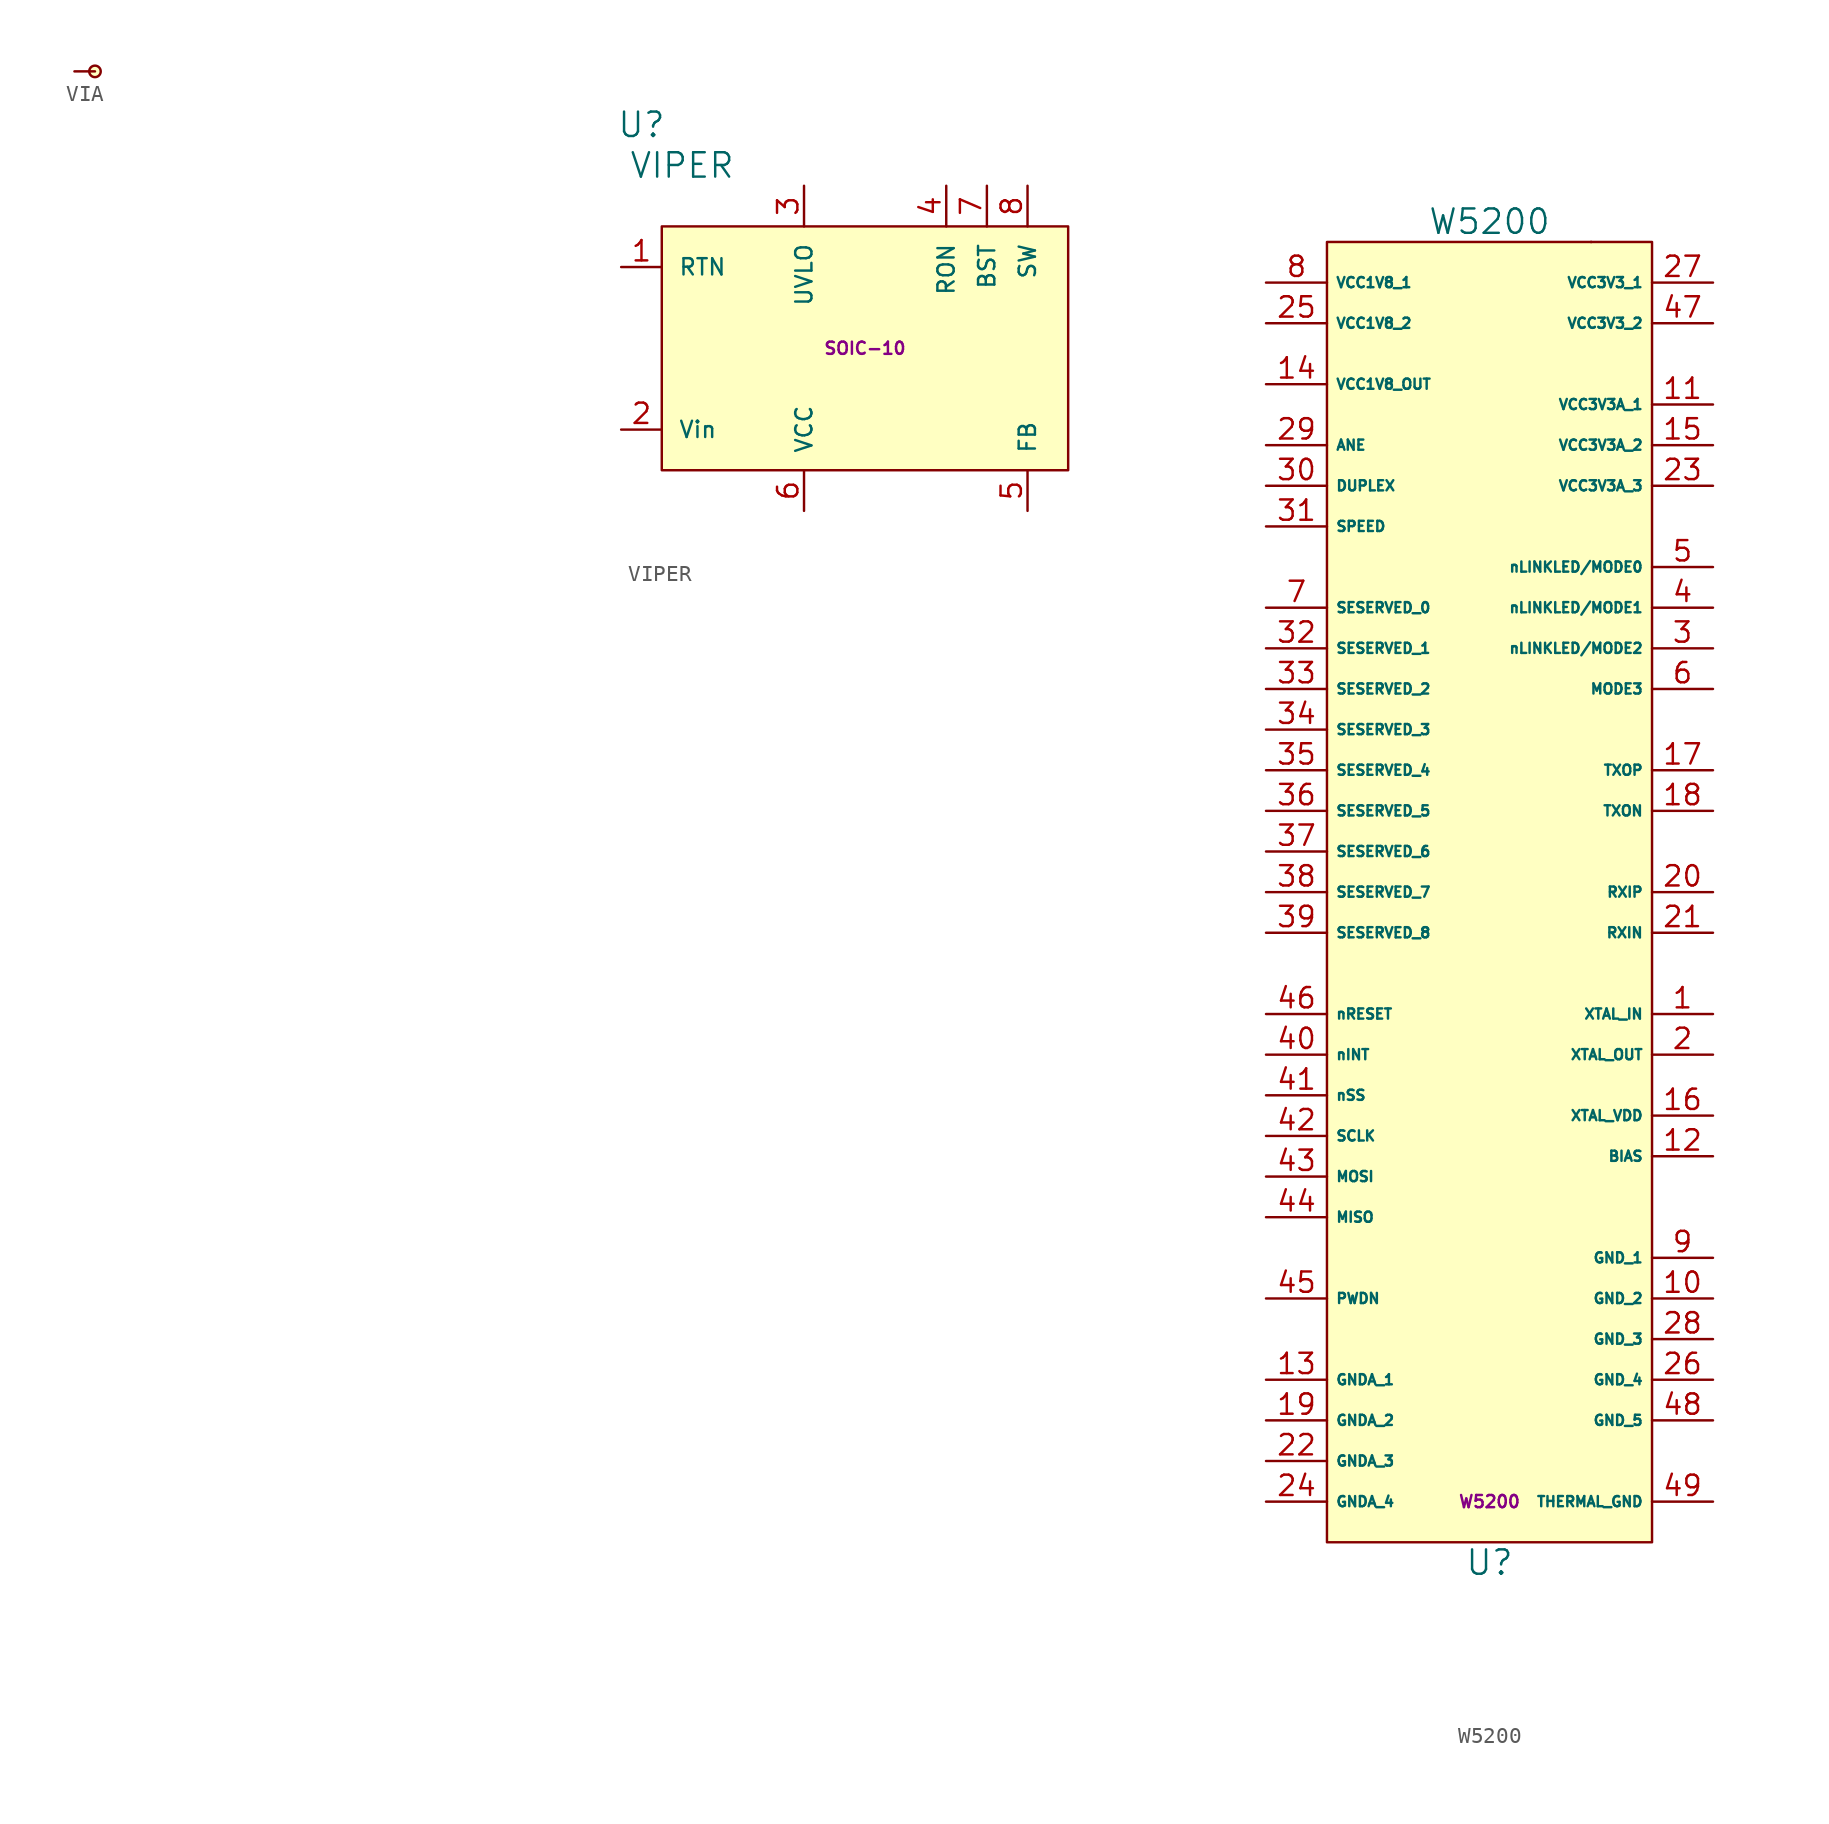
<source format=kicad_sym>
(kicad_symbol_lib
  (version 20220914)
  (generator kicad_symbol_editor)
  (symbol "VIA"
    (pin_numbers hide)
    (pin_names
      (offset 1.016))
    (property "Reference" "V"
      (at 0 2.54 0)
      (effects (font (size 1.524 1.524)) hide))
    (property "Datasheet" ""
      (at 0 0 0)
      (effects (font (size 1.524 1.524))))
    (symbol "VIA_0_1"
      (circle (center 1.27 0) (radius 0.356) (stroke (width 0) (type default)) (fill (type background))))
    (symbol "VIA_1_1"
      (pin passive line (at 0 0 0) (length 1.27) (name "~" (effects (font (size 0.762 0.762)))) (number "1" (effects (font (size 0.762 0.762)))))))
  (symbol "VIPER"
    (pin_names
      (offset 1.016))
    (property "Reference" "U"
      (at -13.97 13.97 0)
      (effects (font (size 1.524 1.524))))
    (property "Value" "VIPER"
      (at -11.43 11.43 0)
      (effects (font (size 1.524 1.524))))
    (property "Footprint" "SOIC-10"
      (at 0 0 0)
      (effects (font (size 0.762 0.762))))
    (property "Datasheet" ""
      (at -38.1 12.7 0)
      (effects (font (size 1.524 1.524))))
    (symbol "VIPER_0_1"
      (rectangle (start -12.7 7.62) (end 12.7 -7.62) (stroke (width 0) (type default)) (fill (type background))))
    (symbol "VIPER_1_1"
      (pin bidirectional line (at -15.24 5.08 0) (length 2.54) (name "RTN" (effects (font (size 1.016 1.016)))) (number "1" (effects (font (size 1.27 1.27)))))
      (pin bidirectional line (at -15.24 -5.08 0) (length 2.54) (name "Vin" (effects (font (size 1.016 1.016)))) (number "2" (effects (font (size 1.27 1.27)))))
      (pin bidirectional line (at -3.81 10.16 270) (length 2.54) (name "UVLO" (effects (font (size 1.016 1.016)))) (number "3" (effects (font (size 1.27 1.27)))))
      (pin bidirectional line (at 5.08 10.16 270) (length 2.54) (name "RON" (effects (font (size 1.016 1.016)))) (number "4" (effects (font (size 1.27 1.27)))))
      (pin bidirectional line (at 10.16 -10.16 90) (length 2.54) (name "FB" (effects (font (size 1.016 1.016)))) (number "5" (effects (font (size 1.27 1.27)))))
      (pin bidirectional line (at -3.81 -10.16 90) (length 2.54) (name "VCC" (effects (font (size 1.016 1.016)))) (number "6" (effects (font (size 1.27 1.27)))))
      (pin bidirectional line (at 7.62 10.16 270) (length 2.54) (name "BST" (effects (font (size 1.016 1.016)))) (number "7" (effects (font (size 1.27 1.27)))))
      (pin bidirectional line (at 10.16 10.16 270) (length 2.54) (name "SW" (effects (font (size 1.016 1.016)))) (number "8" (effects (font (size 1.27 1.27)))))))
  (symbol "W5200"
    (property "Reference" "U"
      (at 0 -46.99 0)
      (effects (font (size 1.524 1.524))))
    (property "Value" "W5200"
      (at 0 36.83 0)
      (effects (font (size 1.524 1.524))))
    (property "Footprint" "W5200"
      (at 0 -43.18 0)
      (effects (font (size 0.762 0.762))))
    (property "Datasheet" ""
      (at 0 0 0)
      (effects (font (size 1.524 1.524))))
    (symbol "W5200_0_1"
      (rectangle (start -10.16 35.56) (end 10.16 -45.72) (stroke (width 0) (type default)) (fill (type background)))
      (rectangle (start 6.35 35.56) (end 6.35 35.56) (stroke (width 0) (type default)) (fill (type none)))
      (rectangle (start 6.35 35.56) (end 6.35 35.56) (stroke (width 0) (type default)) (fill (type none))))
    (symbol "W5200_1_1"
      (pin input line (at 13.97 -12.7 180) (length 3.81) (name "XTAL_IN" (effects (font (size 0.635 0.635)))) (number "1" (effects (font (size 1.27 1.27)))))
      (pin input line (at 13.97 -30.48 180) (length 3.81) (name "GND_2" (effects (font (size 0.635 0.635)))) (number "10" (effects (font (size 1.27 1.27)))))
      (pin input line (at 13.97 25.4 180) (length 3.81) (name "VCC3V3A_1" (effects (font (size 0.635 0.635)))) (number "11" (effects (font (size 1.27 1.27)))))
      (pin input line (at 13.97 -21.59 180) (length 3.81) (name "BIAS" (effects (font (size 0.635 0.635)))) (number "12" (effects (font (size 1.27 1.27)))))
      (pin input line (at -13.97 -35.56 0) (length 3.81) (name "GNDA_1" (effects (font (size 0.635 0.635)))) (number "13" (effects (font (size 1.27 1.27)))))
      (pin input line (at -13.97 26.67 0) (length 3.81) (name "VCC1V8_OUT" (effects (font (size 0.635 0.635)))) (number "14" (effects (font (size 1.27 1.27)))))
      (pin input line (at 13.97 22.86 180) (length 3.81) (name "VCC3V3A_2" (effects (font (size 0.635 0.635)))) (number "15" (effects (font (size 1.27 1.27)))))
      (pin input line (at 13.97 -19.05 180) (length 3.81) (name "XTAL_VDD" (effects (font (size 0.635 0.635)))) (number "16" (effects (font (size 1.27 1.27)))))
      (pin input line (at 13.97 2.54 180) (length 3.81) (name "TXOP" (effects (font (size 0.635 0.635)))) (number "17" (effects (font (size 1.27 1.27)))))
      (pin input line (at 13.97 0 180) (length 3.81) (name "TXON" (effects (font (size 0.635 0.635)))) (number "18" (effects (font (size 1.27 1.27)))))
      (pin input line (at -13.97 -38.1 0) (length 3.81) (name "GNDA_2" (effects (font (size 0.635 0.635)))) (number "19" (effects (font (size 1.27 1.27)))))
      (pin input line (at 13.97 -15.24 180) (length 3.81) (name "XTAL_OUT" (effects (font (size 0.635 0.635)))) (number "2" (effects (font (size 1.27 1.27)))))
      (pin input line (at 13.97 -5.08 180) (length 3.81) (name "RXIP" (effects (font (size 0.635 0.635)))) (number "20" (effects (font (size 1.27 1.27)))))
      (pin input line (at 13.97 -7.62 180) (length 3.81) (name "RXIN" (effects (font (size 0.635 0.635)))) (number "21" (effects (font (size 1.27 1.27)))))
      (pin input line (at -13.97 -40.64 0) (length 3.81) (name "GNDA_3" (effects (font (size 0.635 0.635)))) (number "22" (effects (font (size 1.27 1.27)))))
      (pin input line (at 13.97 20.32 180) (length 3.81) (name "VCC3V3A_3" (effects (font (size 0.635 0.635)))) (number "23" (effects (font (size 1.27 1.27)))))
      (pin input line (at -13.97 -43.18 0) (length 3.81) (name "GNDA_4" (effects (font (size 0.635 0.635)))) (number "24" (effects (font (size 1.27 1.27)))))
      (pin input line (at -13.97 30.48 0) (length 3.81) (name "VCC1V8_2" (effects (font (size 0.635 0.635)))) (number "25" (effects (font (size 1.27 1.27)))))
      (pin input line (at 13.97 -35.56 180) (length 3.81) (name "GND_4" (effects (font (size 0.635 0.635)))) (number "26" (effects (font (size 1.27 1.27)))))
      (pin input line (at 13.97 33.02 180) (length 3.81) (name "VCC3V3_1" (effects (font (size 0.635 0.635)))) (number "27" (effects (font (size 1.27 1.27)))))
      (pin input line (at 13.97 -33.02 180) (length 3.81) (name "GND_3" (effects (font (size 0.635 0.635)))) (number "28" (effects (font (size 1.27 1.27)))))
      (pin input line (at -13.97 22.86 0) (length 3.81) (name "ANE" (effects (font (size 0.635 0.635)))) (number "29" (effects (font (size 1.27 1.27)))))
      (pin input line (at 13.97 10.16 180) (length 3.81) (name "nLINKLED/MODE2" (effects (font (size 0.635 0.635)))) (number "3" (effects (font (size 1.27 1.27)))))
      (pin input line (at -13.97 20.32 0) (length 3.81) (name "DUPLEX" (effects (font (size 0.635 0.635)))) (number "30" (effects (font (size 1.27 1.27)))))
      (pin input line (at -13.97 17.78 0) (length 3.81) (name "SPEED" (effects (font (size 0.635 0.635)))) (number "31" (effects (font (size 1.27 1.27)))))
      (pin input line (at -13.97 10.16 0) (length 3.81) (name "SESERVED_1" (effects (font (size 0.635 0.635)))) (number "32" (effects (font (size 1.27 1.27)))))
      (pin input line (at -13.97 7.62 0) (length 3.81) (name "SESERVED_2" (effects (font (size 0.635 0.635)))) (number "33" (effects (font (size 1.27 1.27)))))
      (pin input line (at -13.97 5.08 0) (length 3.81) (name "SESERVED_3" (effects (font (size 0.635 0.635)))) (number "34" (effects (font (size 1.27 1.27)))))
      (pin input line (at -13.97 2.54 0) (length 3.81) (name "SESERVED_4" (effects (font (size 0.635 0.635)))) (number "35" (effects (font (size 1.27 1.27)))))
      (pin input line (at -13.97 0 0) (length 3.81) (name "SESERVED_5" (effects (font (size 0.635 0.635)))) (number "36" (effects (font (size 1.27 1.27)))))
      (pin input line (at -13.97 -2.54 0) (length 3.81) (name "SESERVED_6" (effects (font (size 0.635 0.635)))) (number "37" (effects (font (size 1.27 1.27)))))
      (pin input line (at -13.97 -5.08 0) (length 3.81) (name "SESERVED_7" (effects (font (size 0.635 0.635)))) (number "38" (effects (font (size 1.27 1.27)))))
      (pin input line (at -13.97 -7.62 0) (length 3.81) (name "SESERVED_8" (effects (font (size 0.635 0.635)))) (number "39" (effects (font (size 1.27 1.27)))))
      (pin input line (at 13.97 12.7 180) (length 3.81) (name "nLINKLED/MODE1" (effects (font (size 0.635 0.635)))) (number "4" (effects (font (size 1.27 1.27)))))
      (pin input line (at -13.97 -15.24 0) (length 3.81) (name "nINT" (effects (font (size 0.635 0.635)))) (number "40" (effects (font (size 1.27 1.27)))))
      (pin input line (at -13.97 -17.78 0) (length 3.81) (name "nSS" (effects (font (size 0.635 0.635)))) (number "41" (effects (font (size 1.27 1.27)))))
      (pin input line (at -13.97 -20.32 0) (length 3.81) (name "SCLK" (effects (font (size 0.635 0.635)))) (number "42" (effects (font (size 1.27 1.27)))))
      (pin input line (at -13.97 -22.86 0) (length 3.81) (name "MOSI" (effects (font (size 0.635 0.635)))) (number "43" (effects (font (size 1.27 1.27)))))
      (pin input line (at -13.97 -25.4 0) (length 3.81) (name "MISO" (effects (font (size 0.635 0.635)))) (number "44" (effects (font (size 1.27 1.27)))))
      (pin input line (at -13.97 -30.48 0) (length 3.81) (name "PWDN" (effects (font (size 0.635 0.635)))) (number "45" (effects (font (size 1.27 1.27)))))
      (pin input line (at -13.97 -12.7 0) (length 3.81) (name "nRESET" (effects (font (size 0.635 0.635)))) (number "46" (effects (font (size 1.27 1.27)))))
      (pin input line (at 13.97 30.48 180) (length 3.81) (name "VCC3V3_2" (effects (font (size 0.635 0.635)))) (number "47" (effects (font (size 1.27 1.27)))))
      (pin input line (at 13.97 -38.1 180) (length 3.81) (name "GND_5" (effects (font (size 0.635 0.635)))) (number "48" (effects (font (size 1.27 1.27)))))
      (pin input line (at 13.97 -43.18 180) (length 3.81) (name "THERMAL_GND" (effects (font (size 0.635 0.635)))) (number "49" (effects (font (size 1.27 1.27)))))
      (pin input line (at 13.97 15.24 180) (length 3.81) (name "nLINKLED/MODE0" (effects (font (size 0.635 0.635)))) (number "5" (effects (font (size 1.27 1.27)))))
      (pin input line (at 13.97 7.62 180) (length 3.81) (name "MODE3" (effects (font (size 0.635 0.635)))) (number "6" (effects (font (size 1.27 1.27)))))
      (pin input line (at -13.97 12.7 0) (length 3.81) (name "SESERVED_0" (effects (font (size 0.635 0.635)))) (number "7" (effects (font (size 1.27 1.27)))))
      (pin input line (at -13.97 33.02 0) (length 3.81) (name "VCC1V8_1" (effects (font (size 0.635 0.635)))) (number "8" (effects (font (size 1.27 1.27)))))
      (pin input line (at 13.97 -27.94 180) (length 3.81) (name "GND_1" (effects (font (size 0.635 0.635)))) (number "9" (effects (font (size 1.27 1.27))))))))
</source>
